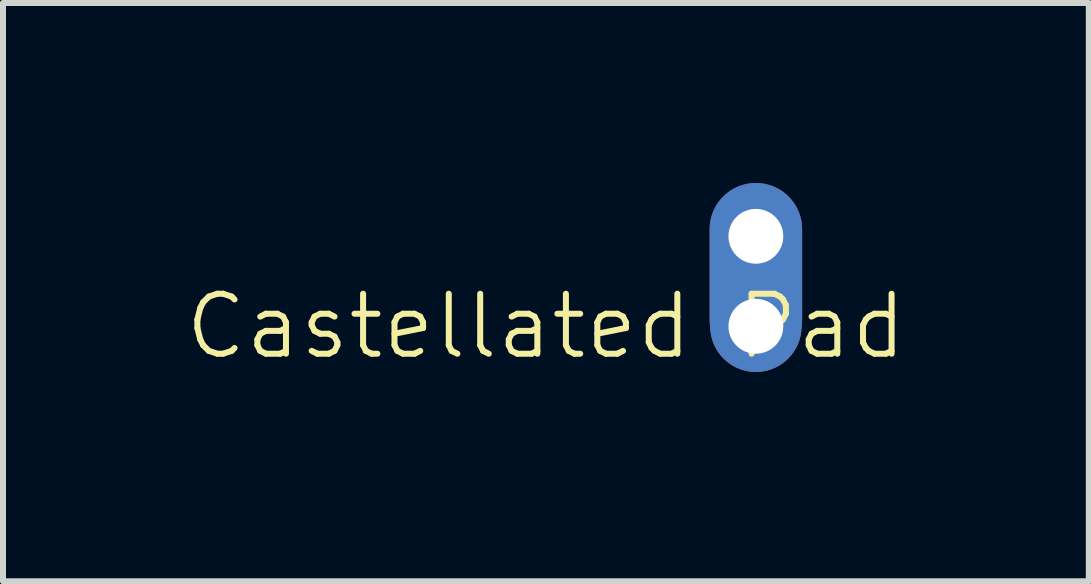
<source format=kicad_pcb>
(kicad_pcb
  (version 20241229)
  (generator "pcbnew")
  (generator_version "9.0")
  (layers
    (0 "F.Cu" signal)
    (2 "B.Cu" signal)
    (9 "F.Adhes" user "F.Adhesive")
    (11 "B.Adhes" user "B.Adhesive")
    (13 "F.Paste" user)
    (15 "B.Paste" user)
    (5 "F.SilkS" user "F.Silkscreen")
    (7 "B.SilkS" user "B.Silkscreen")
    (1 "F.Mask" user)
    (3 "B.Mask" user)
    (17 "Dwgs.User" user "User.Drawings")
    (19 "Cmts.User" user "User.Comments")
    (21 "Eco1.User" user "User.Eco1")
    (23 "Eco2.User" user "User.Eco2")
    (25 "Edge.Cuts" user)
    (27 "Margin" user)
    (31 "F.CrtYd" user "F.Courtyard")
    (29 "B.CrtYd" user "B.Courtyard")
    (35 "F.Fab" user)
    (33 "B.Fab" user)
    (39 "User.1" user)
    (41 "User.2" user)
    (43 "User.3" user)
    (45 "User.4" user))
  (footprint "Castellated Pad"
    (layer "F.Cu")
    (at 9.55 3.389)
    (property "Reference" "Castellated Pad" (at -3.5 -1 0) (unlocked yes) (layer "F.SilkS") (effects (font (size 1 1) (thickness 0.1))))
    (attr smd)
    (pad "1" thru_hole oval (at 0 -2.5) (size 1.542 3.048) (drill 0.914 (offset 0 0.635)) (layers "*.Cu" "*.Mask"))
    (pad "1" thru_hole circle (at 0 -1) (size 1.524 1.524) (drill 0.914) (property pad_prop_castellated) (layers "*.Cu" "*.Mask")))
  (gr_rect
    (start -3 -3)
    (end 15.1 6.639)
    (stroke (width 0.1) (type default))
    (fill no)
    (layer "Edge.Cuts")))
</source>
